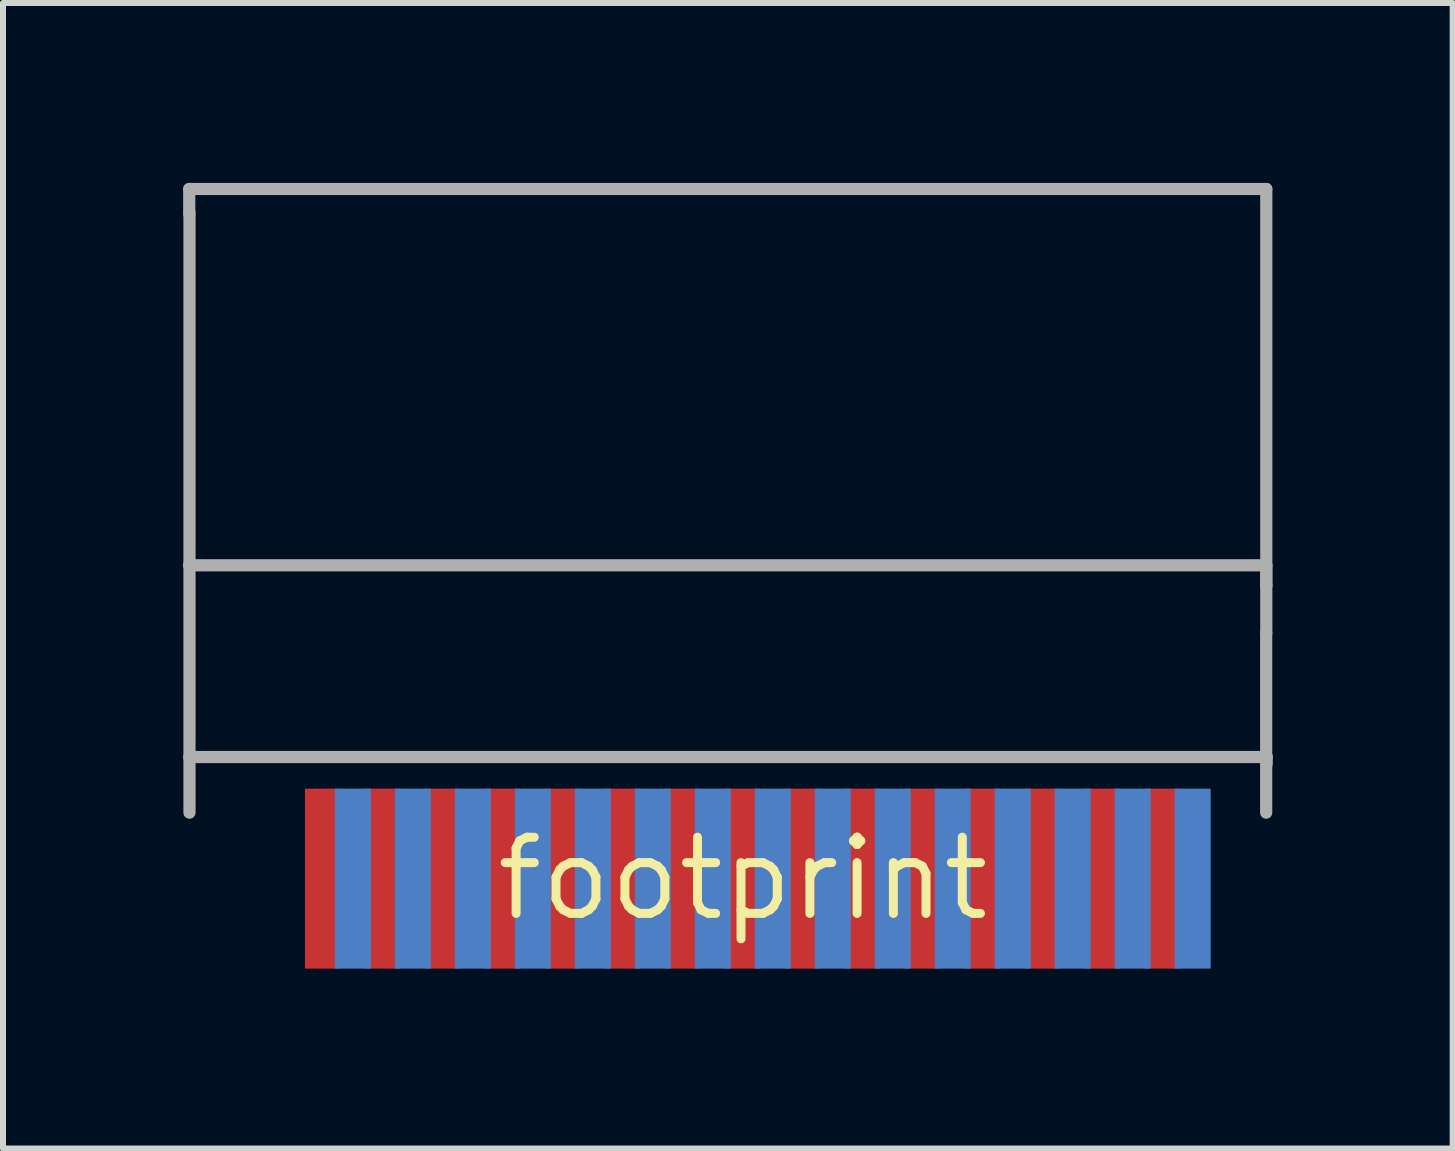
<source format=kicad_pcb>
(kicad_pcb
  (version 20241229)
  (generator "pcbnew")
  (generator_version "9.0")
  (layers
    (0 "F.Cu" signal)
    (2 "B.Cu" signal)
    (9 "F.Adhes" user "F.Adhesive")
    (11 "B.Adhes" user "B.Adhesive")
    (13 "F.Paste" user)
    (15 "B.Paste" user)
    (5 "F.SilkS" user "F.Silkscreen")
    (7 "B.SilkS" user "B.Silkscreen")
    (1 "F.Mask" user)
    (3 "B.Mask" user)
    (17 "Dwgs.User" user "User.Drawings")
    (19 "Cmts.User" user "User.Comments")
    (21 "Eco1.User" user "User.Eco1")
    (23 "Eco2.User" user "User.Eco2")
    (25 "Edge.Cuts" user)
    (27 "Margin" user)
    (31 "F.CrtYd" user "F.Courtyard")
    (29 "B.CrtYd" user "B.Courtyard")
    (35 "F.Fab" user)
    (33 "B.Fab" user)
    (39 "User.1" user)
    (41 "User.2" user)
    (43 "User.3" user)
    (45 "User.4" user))
  (footprint "footprint"
    (layer "F.Cu")
    (at 9.334 11.598)
    (property "Reference" "footprint" (at 0 0 0) (layer "F.SilkS") (effects (font (size 1.27 1.27) (thickness 0.15))))
    (fp_line (start -9.232 -5.224) (end 8.727 -5.224) (stroke (width 0.203) (type solid)) (layer "F.Fab"))
    (fp_line (start -9.229 -11.497) (end 8.727 -11.497) (stroke (width 0.203) (type solid)) (layer "F.Fab"))
    (fp_line (start -9.229 -11.078) (end -9.229 -11.497) (stroke (width 0.203) (type solid)) (layer "F.Fab"))
    (fp_line (start -9.229 -2.027) (end 8.733 -2.027) (stroke (width 0.203) (type solid)) (layer "F.Fab"))
    (fp_line (start -9.225 -1.1) (end -9.225 -11.1) (stroke (width 0.203) (type solid)) (layer "F.Fab"))
    (fp_line (start 8.725 -1.1) (end 8.725 -4.1) (stroke (width 0.203) (type solid)) (layer "F.Fab"))
    (fp_line (start 8.727 -11.497) (end 8.727 -4.883) (stroke (width 0.203) (type solid)) (layer "F.Fab"))
    (fp_line (start 8.727 -5.224) (end 8.727 -4.883) (stroke (width 0.203) (type solid)) (layer "F.Fab"))
    (fp_line (start 8.727 -4.883) (end 8.727 -4.089) (stroke (width 0.203) (type solid)) (layer "F.Fab"))
    (fp_line (start 8.733 -2.027) (end 8.733 -1.914) (stroke (width 0.203) (type solid)) (layer "F.Fab"))
    (pad "1" smd rect (at 7.5 0) (size 0.6 3) (layers "B.Cu" "B.Mask"))
    (pad "2" smd rect (at 7 0) (size 0.6 3) (layers "F.Cu" "F.Mask"))
    (pad "3" smd rect (at 6.5 0) (size 0.6 3) (layers "B.Cu" "B.Mask"))
    (pad "4" smd rect (at 6 0) (size 0.6 3) (layers "F.Cu" "F.Mask"))
    (pad "5" smd rect (at 5.5 0) (size 0.6 3) (layers "B.Cu" "B.Mask"))
    (pad "6" smd rect (at 5 0) (size 0.6 3) (layers "F.Cu" "F.Mask"))
    (pad "7" smd rect (at 4.5 0) (size 0.6 3) (layers "B.Cu" "B.Mask"))
    (pad "8" smd rect (at 4 0) (size 0.6 3) (layers "F.Cu" "F.Mask"))
    (pad "9" smd rect (at 3.5 0) (size 0.6 3) (layers "B.Cu" "B.Mask"))
    (pad "10" smd rect (at 3 0) (size 0.6 3) (layers "F.Cu" "F.Mask"))
    (pad "11" smd rect (at 2.5 0) (size 0.6 3) (layers "B.Cu" "B.Mask"))
    (pad "12" smd rect (at 2 0) (size 0.6 3) (layers "F.Cu" "F.Mask"))
    (pad "13" smd rect (at 1.5 0) (size 0.6 3) (layers "B.Cu" "B.Mask"))
    (pad "14" smd rect (at 1 0) (size 0.6 3) (layers "F.Cu" "F.Mask"))
    (pad "15" smd rect (at 0.5 0) (size 0.6 3) (layers "B.Cu" "B.Mask"))
    (pad "16" smd rect (at 0 0) (size 0.6 3) (layers "F.Cu" "F.Mask"))
    (pad "17" smd rect (at -0.5 0) (size 0.6 3) (layers "B.Cu" "B.Mask"))
    (pad "18" smd rect (at -1 0) (size 0.6 3) (layers "F.Cu" "F.Mask"))
    (pad "19" smd rect (at -1.5 0) (size 0.6 3) (layers "B.Cu" "B.Mask"))
    (pad "20" smd rect (at -2 0) (size 0.6 3) (layers "F.Cu" "F.Mask"))
    (pad "21" smd rect (at -2.5 0) (size 0.6 3) (layers "B.Cu" "B.Mask"))
    (pad "22" smd rect (at -3 0) (size 0.6 3) (layers "F.Cu" "F.Mask"))
    (pad "23" smd rect (at -3.5 0) (size 0.6 3) (layers "B.Cu" "B.Mask"))
    (pad "24" smd rect (at -4 0) (size 0.6 3) (layers "F.Cu" "F.Mask"))
    (pad "25" smd rect (at -4.5 0) (size 0.6 3) (layers "B.Cu" "B.Mask"))
    (pad "26" smd rect (at -5 0) (size 0.6 3) (layers "F.Cu" "F.Mask"))
    (pad "27" smd rect (at -5.5 0) (size 0.6 3) (layers "B.Cu" "B.Mask"))
    (pad "28" smd rect (at -6 0) (size 0.6 3) (layers "F.Cu" "F.Mask"))
    (pad "29" smd rect (at -6.5 0) (size 0.6 3) (layers "B.Cu" "B.Mask"))
    (pad "30" smd rect (at -7 0) (size 0.6 3) (layers "F.Cu" "F.Mask")))
  (gr_rect
    (start -3 -3)
    (end 21.168 16.098)
    (stroke (width 0.1) (type default))
    (fill no)
    (layer "Edge.Cuts")))
</source>
